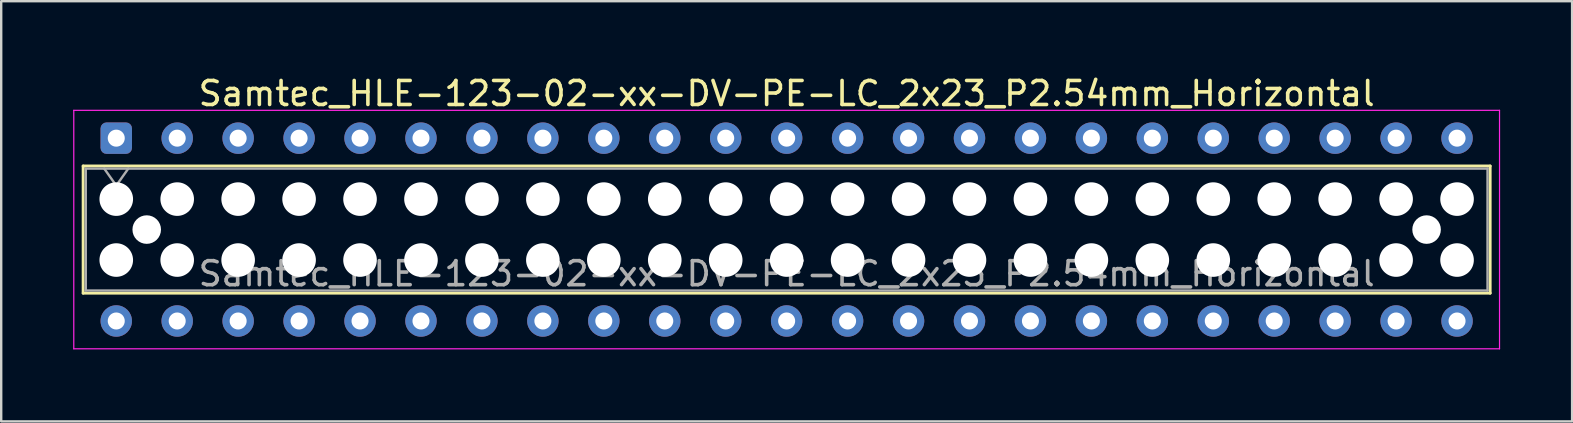
<source format=kicad_pcb>
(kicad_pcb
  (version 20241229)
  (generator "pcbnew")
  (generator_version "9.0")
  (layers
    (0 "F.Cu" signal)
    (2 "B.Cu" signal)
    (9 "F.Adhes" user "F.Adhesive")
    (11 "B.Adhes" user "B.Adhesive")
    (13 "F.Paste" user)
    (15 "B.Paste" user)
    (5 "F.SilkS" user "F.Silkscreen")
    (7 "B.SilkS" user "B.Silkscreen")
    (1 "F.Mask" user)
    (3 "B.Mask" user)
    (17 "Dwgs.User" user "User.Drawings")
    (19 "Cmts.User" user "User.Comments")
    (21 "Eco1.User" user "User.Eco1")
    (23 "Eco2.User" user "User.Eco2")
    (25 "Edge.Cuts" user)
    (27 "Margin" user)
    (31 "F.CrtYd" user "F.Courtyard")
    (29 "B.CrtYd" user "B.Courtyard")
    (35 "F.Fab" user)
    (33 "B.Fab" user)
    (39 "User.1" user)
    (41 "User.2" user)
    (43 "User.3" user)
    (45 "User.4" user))
  (footprint "Samtec_HLE-123-02-xx-DV-PE-LC_2x23_P2.54mm_Horizontal"
    (layer "F.Cu")
    (at 1.795 2.708)
    (property "Reference" "Samtec_HLE-123-02-xx-DV-PE-LC_2x23_P2.54mm_Horizontal" (at 27.94 -1.86 0) (layer "F.SilkS") (effects (font (size 1 1) (thickness 0.15))))
    (attr through_hole)
    (fp_line (start -1.38 1.16) (end 57.26 1.16) (stroke (width 0.12) (type solid)) (layer "F.SilkS"))
    (fp_line (start -1.38 6.46) (end -1.38 1.16) (stroke (width 0.12) (type solid)) (layer "F.SilkS"))
    (fp_line (start 57.26 1.16) (end 57.26 6.46) (stroke (width 0.12) (type solid)) (layer "F.SilkS"))
    (fp_line (start 57.26 6.46) (end -1.38 6.46) (stroke (width 0.12) (type solid)) (layer "F.SilkS"))
    (fp_line (start -1.77 -1.16) (end 57.65 -1.16) (stroke (width 0.05) (type solid)) (layer "F.CrtYd"))
    (fp_line (start -1.77 8.78) (end -1.77 -1.16) (stroke (width 0.05) (type solid)) (layer "F.CrtYd"))
    (fp_line (start 57.65 -1.16) (end 57.65 8.78) (stroke (width 0.05) (type solid)) (layer "F.CrtYd"))
    (fp_line (start 57.65 8.78) (end -1.77 8.78) (stroke (width 0.05) (type solid)) (layer "F.CrtYd"))
    (fp_line (start -1.27 1.27) (end 57.15 1.27) (stroke (width 0.1) (type solid)) (layer "F.Fab"))
    (fp_line (start -1.27 6.35) (end -1.27 1.27) (stroke (width 0.1) (type solid)) (layer "F.Fab"))
    (fp_line (start -0.5 1.27) (end 0 1.977) (stroke (width 0.1) (type solid)) (layer "F.Fab"))
    (fp_line (start 0 1.977) (end 0.5 1.27) (stroke (width 0.1) (type solid)) (layer "F.Fab"))
    (fp_line (start 57.15 1.27) (end 57.15 6.35) (stroke (width 0.1) (type solid)) (layer "F.Fab"))
    (fp_line (start 57.15 6.35) (end -1.27 6.35) (stroke (width 0.1) (type solid)) (layer "F.Fab"))
    (fp_text user "${REFERENCE}" (at 27.94 5.65 0) (layer "F.Fab") (effects (font (size 1 1) (thickness 0.15))))
    (pad "" np_thru_hole circle (at 0 2.54) (size 1.4 1.4) (drill 1.4) (layers "*.Cu" "*.Mask"))
    (pad "" np_thru_hole circle (at 0 5.08) (size 1.4 1.4) (drill 1.4) (layers "*.Cu" "*.Mask"))
    (pad "" np_thru_hole circle (at 1.27 3.81) (size 1.19 1.19) (drill 1.19) (layers "*.Cu" "*.Mask"))
    (pad "" np_thru_hole circle (at 2.54 2.54) (size 1.4 1.4) (drill 1.4) (layers "*.Cu" "*.Mask"))
    (pad "" np_thru_hole circle (at 2.54 5.08) (size 1.4 1.4) (drill 1.4) (layers "*.Cu" "*.Mask"))
    (pad "" np_thru_hole circle (at 5.08 2.54) (size 1.4 1.4) (drill 1.4) (layers "*.Cu" "*.Mask"))
    (pad "" np_thru_hole circle (at 5.08 5.08) (size 1.4 1.4) (drill 1.4) (layers "*.Cu" "*.Mask"))
    (pad "" np_thru_hole circle (at 7.62 2.54) (size 1.4 1.4) (drill 1.4) (layers "*.Cu" "*.Mask"))
    (pad "" np_thru_hole circle (at 7.62 5.08) (size 1.4 1.4) (drill 1.4) (layers "*.Cu" "*.Mask"))
    (pad "" np_thru_hole circle (at 10.16 2.54) (size 1.4 1.4) (drill 1.4) (layers "*.Cu" "*.Mask"))
    (pad "" np_thru_hole circle (at 10.16 5.08) (size 1.4 1.4) (drill 1.4) (layers "*.Cu" "*.Mask"))
    (pad "" np_thru_hole circle (at 12.7 2.54) (size 1.4 1.4) (drill 1.4) (layers "*.Cu" "*.Mask"))
    (pad "" np_thru_hole circle (at 12.7 5.08) (size 1.4 1.4) (drill 1.4) (layers "*.Cu" "*.Mask"))
    (pad "" np_thru_hole circle (at 15.24 2.54) (size 1.4 1.4) (drill 1.4) (layers "*.Cu" "*.Mask"))
    (pad "" np_thru_hole circle (at 15.24 5.08) (size 1.4 1.4) (drill 1.4) (layers "*.Cu" "*.Mask"))
    (pad "" np_thru_hole circle (at 17.78 2.54) (size 1.4 1.4) (drill 1.4) (layers "*.Cu" "*.Mask"))
    (pad "" np_thru_hole circle (at 17.78 5.08) (size 1.4 1.4) (drill 1.4) (layers "*.Cu" "*.Mask"))
    (pad "" np_thru_hole circle (at 20.32 2.54) (size 1.4 1.4) (drill 1.4) (layers "*.Cu" "*.Mask"))
    (pad "" np_thru_hole circle (at 20.32 5.08) (size 1.4 1.4) (drill 1.4) (layers "*.Cu" "*.Mask"))
    (pad "" np_thru_hole circle (at 22.86 2.54) (size 1.4 1.4) (drill 1.4) (layers "*.Cu" "*.Mask"))
    (pad "" np_thru_hole circle (at 22.86 5.08) (size 1.4 1.4) (drill 1.4) (layers "*.Cu" "*.Mask"))
    (pad "" np_thru_hole circle (at 25.4 2.54) (size 1.4 1.4) (drill 1.4) (layers "*.Cu" "*.Mask"))
    (pad "" np_thru_hole circle (at 25.4 5.08) (size 1.4 1.4) (drill 1.4) (layers "*.Cu" "*.Mask"))
    (pad "" np_thru_hole circle (at 27.94 2.54) (size 1.4 1.4) (drill 1.4) (layers "*.Cu" "*.Mask"))
    (pad "" np_thru_hole circle (at 27.94 5.08) (size 1.4 1.4) (drill 1.4) (layers "*.Cu" "*.Mask"))
    (pad "" np_thru_hole circle (at 30.48 2.54) (size 1.4 1.4) (drill 1.4) (layers "*.Cu" "*.Mask"))
    (pad "" np_thru_hole circle (at 30.48 5.08) (size 1.4 1.4) (drill 1.4) (layers "*.Cu" "*.Mask"))
    (pad "" np_thru_hole circle (at 33.02 2.54) (size 1.4 1.4) (drill 1.4) (layers "*.Cu" "*.Mask"))
    (pad "" np_thru_hole circle (at 33.02 5.08) (size 1.4 1.4) (drill 1.4) (layers "*.Cu" "*.Mask"))
    (pad "" np_thru_hole circle (at 35.56 2.54) (size 1.4 1.4) (drill 1.4) (layers "*.Cu" "*.Mask"))
    (pad "" np_thru_hole circle (at 35.56 5.08) (size 1.4 1.4) (drill 1.4) (layers "*.Cu" "*.Mask"))
    (pad "" np_thru_hole circle (at 38.1 2.54) (size 1.4 1.4) (drill 1.4) (layers "*.Cu" "*.Mask"))
    (pad "" np_thru_hole circle (at 38.1 5.08) (size 1.4 1.4) (drill 1.4) (layers "*.Cu" "*.Mask"))
    (pad "" np_thru_hole circle (at 40.64 2.54) (size 1.4 1.4) (drill 1.4) (layers "*.Cu" "*.Mask"))
    (pad "" np_thru_hole circle (at 40.64 5.08) (size 1.4 1.4) (drill 1.4) (layers "*.Cu" "*.Mask"))
    (pad "" np_thru_hole circle (at 43.18 2.54) (size 1.4 1.4) (drill 1.4) (layers "*.Cu" "*.Mask"))
    (pad "" np_thru_hole circle (at 43.18 5.08) (size 1.4 1.4) (drill 1.4) (layers "*.Cu" "*.Mask"))
    (pad "" np_thru_hole circle (at 45.72 2.54) (size 1.4 1.4) (drill 1.4) (layers "*.Cu" "*.Mask"))
    (pad "" np_thru_hole circle (at 45.72 5.08) (size 1.4 1.4) (drill 1.4) (layers "*.Cu" "*.Mask"))
    (pad "" np_thru_hole circle (at 48.26 2.54) (size 1.4 1.4) (drill 1.4) (layers "*.Cu" "*.Mask"))
    (pad "" np_thru_hole circle (at 48.26 5.08) (size 1.4 1.4) (drill 1.4) (layers "*.Cu" "*.Mask"))
    (pad "" np_thru_hole circle (at 50.8 2.54) (size 1.4 1.4) (drill 1.4) (layers "*.Cu" "*.Mask"))
    (pad "" np_thru_hole circle (at 50.8 5.08) (size 1.4 1.4) (drill 1.4) (layers "*.Cu" "*.Mask"))
    (pad "" np_thru_hole circle (at 53.34 2.54) (size 1.4 1.4) (drill 1.4) (layers "*.Cu" "*.Mask"))
    (pad "" np_thru_hole circle (at 53.34 5.08) (size 1.4 1.4) (drill 1.4) (layers "*.Cu" "*.Mask"))
    (pad "" np_thru_hole circle (at 54.61 3.81) (size 1.19 1.19) (drill 1.19) (layers "*.Cu" "*.Mask"))
    (pad "" np_thru_hole circle (at 55.88 2.54) (size 1.4 1.4) (drill 1.4) (layers "*.Cu" "*.Mask"))
    (pad "" np_thru_hole circle (at 55.88 5.08) (size 1.4 1.4) (drill 1.4) (layers "*.Cu" "*.Mask"))
    (pad "1" thru_hole roundrect (at 0 0) (size 1.31 1.31) (drill 0.71) (layers "*.Cu" "*.Mask") (roundrect_rratio 0.191))
    (pad "2" thru_hole circle (at 0 7.62) (size 1.31 1.31) (drill 0.71) (layers "*.Cu" "*.Mask"))
    (pad "3" thru_hole circle (at 2.54 0) (size 1.31 1.31) (drill 0.71) (layers "*.Cu" "*.Mask"))
    (pad "4" thru_hole circle (at 2.54 7.62) (size 1.31 1.31) (drill 0.71) (layers "*.Cu" "*.Mask"))
    (pad "5" thru_hole circle (at 5.08 0) (size 1.31 1.31) (drill 0.71) (layers "*.Cu" "*.Mask"))
    (pad "6" thru_hole circle (at 5.08 7.62) (size 1.31 1.31) (drill 0.71) (layers "*.Cu" "*.Mask"))
    (pad "7" thru_hole circle (at 7.62 0) (size 1.31 1.31) (drill 0.71) (layers "*.Cu" "*.Mask"))
    (pad "8" thru_hole circle (at 7.62 7.62) (size 1.31 1.31) (drill 0.71) (layers "*.Cu" "*.Mask"))
    (pad "9" thru_hole circle (at 10.16 0) (size 1.31 1.31) (drill 0.71) (layers "*.Cu" "*.Mask"))
    (pad "10" thru_hole circle (at 10.16 7.62) (size 1.31 1.31) (drill 0.71) (layers "*.Cu" "*.Mask"))
    (pad "11" thru_hole circle (at 12.7 0) (size 1.31 1.31) (drill 0.71) (layers "*.Cu" "*.Mask"))
    (pad "12" thru_hole circle (at 12.7 7.62) (size 1.31 1.31) (drill 0.71) (layers "*.Cu" "*.Mask"))
    (pad "13" thru_hole circle (at 15.24 0) (size 1.31 1.31) (drill 0.71) (layers "*.Cu" "*.Mask"))
    (pad "14" thru_hole circle (at 15.24 7.62) (size 1.31 1.31) (drill 0.71) (layers "*.Cu" "*.Mask"))
    (pad "15" thru_hole circle (at 17.78 0) (size 1.31 1.31) (drill 0.71) (layers "*.Cu" "*.Mask"))
    (pad "16" thru_hole circle (at 17.78 7.62) (size 1.31 1.31) (drill 0.71) (layers "*.Cu" "*.Mask"))
    (pad "17" thru_hole circle (at 20.32 0) (size 1.31 1.31) (drill 0.71) (layers "*.Cu" "*.Mask"))
    (pad "18" thru_hole circle (at 20.32 7.62) (size 1.31 1.31) (drill 0.71) (layers "*.Cu" "*.Mask"))
    (pad "19" thru_hole circle (at 22.86 0) (size 1.31 1.31) (drill 0.71) (layers "*.Cu" "*.Mask"))
    (pad "20" thru_hole circle (at 22.86 7.62) (size 1.31 1.31) (drill 0.71) (layers "*.Cu" "*.Mask"))
    (pad "21" thru_hole circle (at 25.4 0) (size 1.31 1.31) (drill 0.71) (layers "*.Cu" "*.Mask"))
    (pad "22" thru_hole circle (at 25.4 7.62) (size 1.31 1.31) (drill 0.71) (layers "*.Cu" "*.Mask"))
    (pad "23" thru_hole circle (at 27.94 0) (size 1.31 1.31) (drill 0.71) (layers "*.Cu" "*.Mask"))
    (pad "24" thru_hole circle (at 27.94 7.62) (size 1.31 1.31) (drill 0.71) (layers "*.Cu" "*.Mask"))
    (pad "25" thru_hole circle (at 30.48 0) (size 1.31 1.31) (drill 0.71) (layers "*.Cu" "*.Mask"))
    (pad "26" thru_hole circle (at 30.48 7.62) (size 1.31 1.31) (drill 0.71) (layers "*.Cu" "*.Mask"))
    (pad "27" thru_hole circle (at 33.02 0) (size 1.31 1.31) (drill 0.71) (layers "*.Cu" "*.Mask"))
    (pad "28" thru_hole circle (at 33.02 7.62) (size 1.31 1.31) (drill 0.71) (layers "*.Cu" "*.Mask"))
    (pad "29" thru_hole circle (at 35.56 0) (size 1.31 1.31) (drill 0.71) (layers "*.Cu" "*.Mask"))
    (pad "30" thru_hole circle (at 35.56 7.62) (size 1.31 1.31) (drill 0.71) (layers "*.Cu" "*.Mask"))
    (pad "31" thru_hole circle (at 38.1 0) (size 1.31 1.31) (drill 0.71) (layers "*.Cu" "*.Mask"))
    (pad "32" thru_hole circle (at 38.1 7.62) (size 1.31 1.31) (drill 0.71) (layers "*.Cu" "*.Mask"))
    (pad "33" thru_hole circle (at 40.64 0) (size 1.31 1.31) (drill 0.71) (layers "*.Cu" "*.Mask"))
    (pad "34" thru_hole circle (at 40.64 7.62) (size 1.31 1.31) (drill 0.71) (layers "*.Cu" "*.Mask"))
    (pad "35" thru_hole circle (at 43.18 0) (size 1.31 1.31) (drill 0.71) (layers "*.Cu" "*.Mask"))
    (pad "36" thru_hole circle (at 43.18 7.62) (size 1.31 1.31) (drill 0.71) (layers "*.Cu" "*.Mask"))
    (pad "37" thru_hole circle (at 45.72 0) (size 1.31 1.31) (drill 0.71) (layers "*.Cu" "*.Mask"))
    (pad "38" thru_hole circle (at 45.72 7.62) (size 1.31 1.31) (drill 0.71) (layers "*.Cu" "*.Mask"))
    (pad "39" thru_hole circle (at 48.26 0) (size 1.31 1.31) (drill 0.71) (layers "*.Cu" "*.Mask"))
    (pad "40" thru_hole circle (at 48.26 7.62) (size 1.31 1.31) (drill 0.71) (layers "*.Cu" "*.Mask"))
    (pad "41" thru_hole circle (at 50.8 0) (size 1.31 1.31) (drill 0.71) (layers "*.Cu" "*.Mask"))
    (pad "42" thru_hole circle (at 50.8 7.62) (size 1.31 1.31) (drill 0.71) (layers "*.Cu" "*.Mask"))
    (pad "43" thru_hole circle (at 53.34 0) (size 1.31 1.31) (drill 0.71) (layers "*.Cu" "*.Mask"))
    (pad "44" thru_hole circle (at 53.34 7.62) (size 1.31 1.31) (drill 0.71) (layers "*.Cu" "*.Mask"))
    (pad "45" thru_hole circle (at 55.88 0) (size 1.31 1.31) (drill 0.71) (layers "*.Cu" "*.Mask"))
    (pad "46" thru_hole circle (at 55.88 7.62) (size 1.31 1.31) (drill 0.71) (layers "*.Cu" "*.Mask")))
  (gr_rect
    (start -3 -3)
    (end 62.47 14.513)
    (stroke (width 0.1) (type default))
    (fill no)
    (layer "Edge.Cuts")))
</source>
